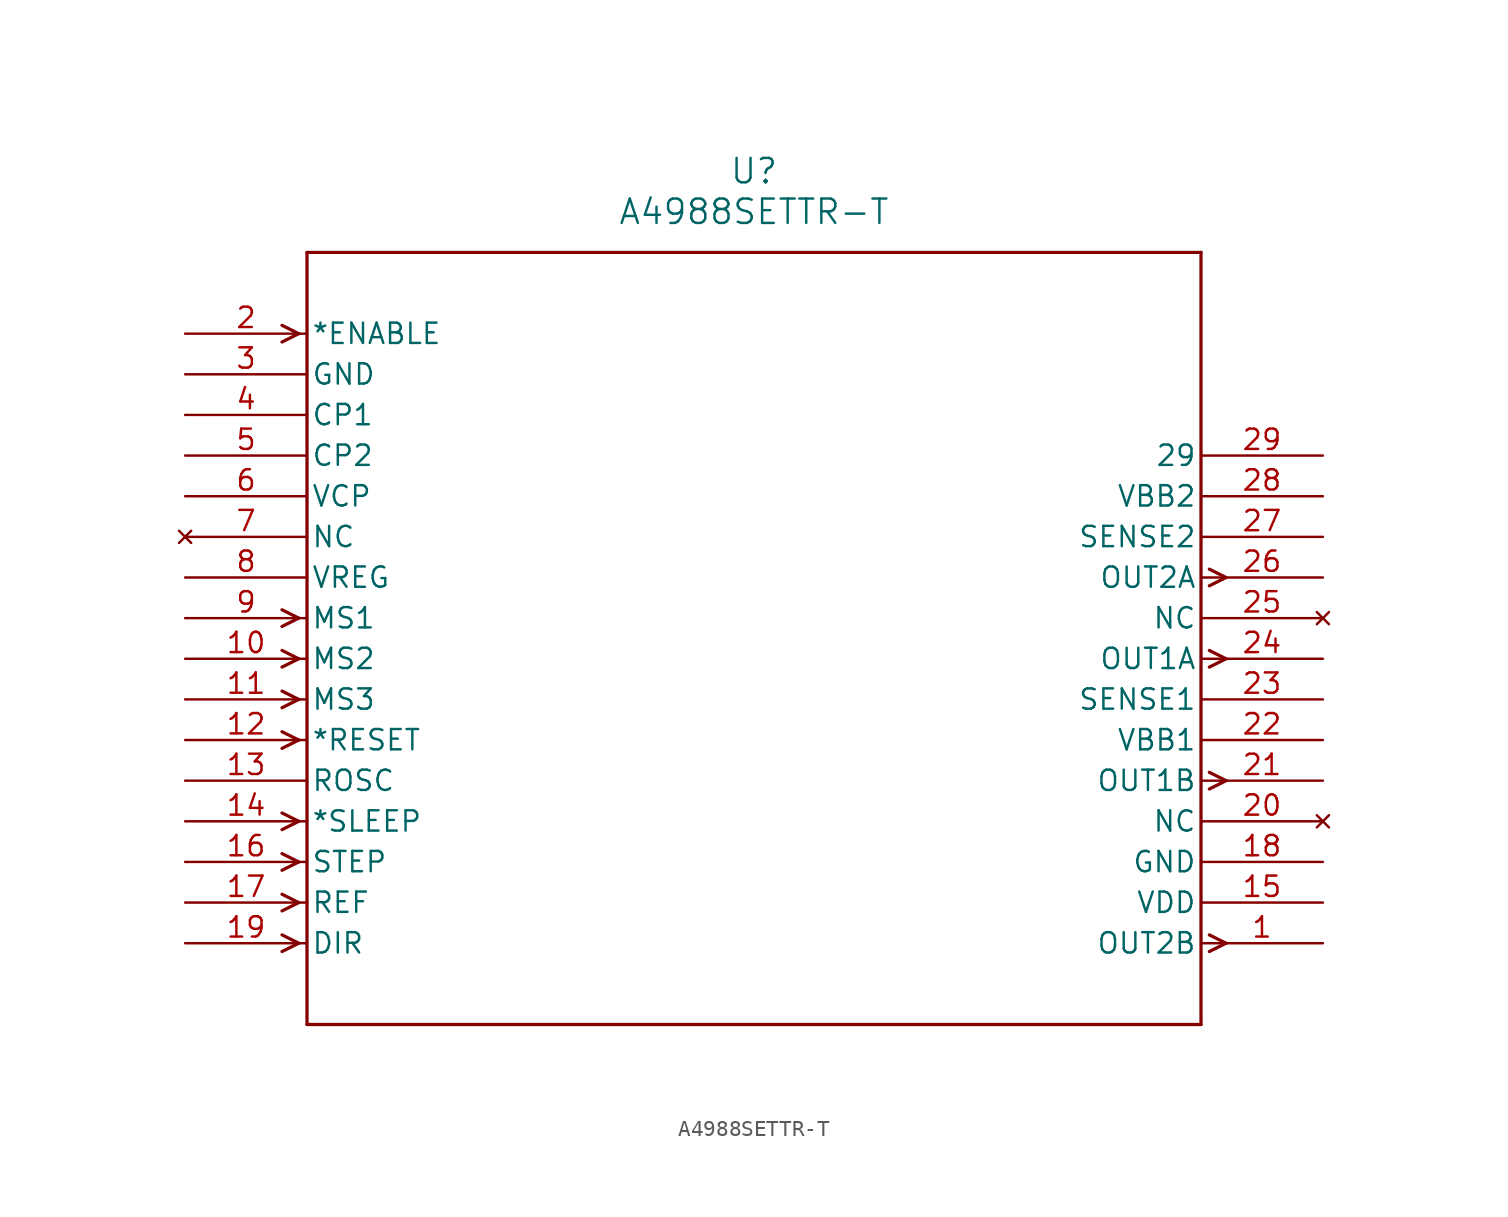
<source format=kicad_sym>
(kicad_symbol_lib
  (version 20211014)
  (generator kicad_symbol_editor)
  (symbol "A4988SETTR-T"
    (pin_names
      (offset 0.254))
    (property "Reference" "U"
      (at 35.56 10.16 0)
      (effects (font (size 1.524 1.524))))
    (property "Value" "A4988SETTR-T"
      (at 35.56 7.62 0)
      (effects (font (size 1.524 1.524))))
    (symbol "A4988SETTR-T_0_1"
      (polyline (pts (xy 7.099 0) (xy 6.058 0.521)) (stroke (width 0.203) (type default) (color 0 0 0 0)) (fill (type none)))
      (polyline (pts (xy 7.099 0) (xy 6.058 -0.521)) (stroke (width 0.203) (type default) (color 0 0 0 0)) (fill (type none)))
      (polyline (pts (xy 7.099 -17.78) (xy 6.058 -17.259)) (stroke (width 0.203) (type default) (color 0 0 0 0)) (fill (type none)))
      (polyline (pts (xy 7.099 -17.78) (xy 6.058 -18.301)) (stroke (width 0.203) (type default) (color 0 0 0 0)) (fill (type none)))
      (polyline (pts (xy 7.099 -20.32) (xy 6.058 -19.799)) (stroke (width 0.203) (type default) (color 0 0 0 0)) (fill (type none)))
      (polyline (pts (xy 7.099 -20.32) (xy 6.058 -20.841)) (stroke (width 0.203) (type default) (color 0 0 0 0)) (fill (type none)))
      (polyline (pts (xy 7.099 -22.86) (xy 6.058 -22.339)) (stroke (width 0.203) (type default) (color 0 0 0 0)) (fill (type none)))
      (polyline (pts (xy 7.099 -22.86) (xy 6.058 -23.381)) (stroke (width 0.203) (type default) (color 0 0 0 0)) (fill (type none)))
      (polyline (pts (xy 7.099 -25.4) (xy 6.058 -24.879)) (stroke (width 0.203) (type default) (color 0 0 0 0)) (fill (type none)))
      (polyline (pts (xy 7.099 -25.4) (xy 6.058 -25.921)) (stroke (width 0.203) (type default) (color 0 0 0 0)) (fill (type none)))
      (polyline (pts (xy 7.099 -30.48) (xy 6.058 -29.959)) (stroke (width 0.203) (type default) (color 0 0 0 0)) (fill (type none)))
      (polyline (pts (xy 7.099 -30.48) (xy 6.058 -31.001)) (stroke (width 0.203) (type default) (color 0 0 0 0)) (fill (type none)))
      (polyline (pts (xy 7.099 -33.02) (xy 6.058 -32.499)) (stroke (width 0.203) (type default) (color 0 0 0 0)) (fill (type none)))
      (polyline (pts (xy 7.099 -33.02) (xy 6.058 -33.541)) (stroke (width 0.203) (type default) (color 0 0 0 0)) (fill (type none)))
      (polyline (pts (xy 7.099 -35.56) (xy 6.058 -35.039)) (stroke (width 0.203) (type default) (color 0 0 0 0)) (fill (type none)))
      (polyline (pts (xy 7.099 -35.56) (xy 6.058 -36.081)) (stroke (width 0.203) (type default) (color 0 0 0 0)) (fill (type none)))
      (polyline (pts (xy 7.099 -38.1) (xy 6.058 -37.579)) (stroke (width 0.203) (type default) (color 0 0 0 0)) (fill (type none)))
      (polyline (pts (xy 7.099 -38.1) (xy 6.058 -38.621)) (stroke (width 0.203) (type default) (color 0 0 0 0)) (fill (type none)))
      (polyline (pts (xy 64.021 -37.579) (xy 65.062 -38.1)) (stroke (width 0.203) (type default) (color 0 0 0 0)) (fill (type none)))
      (polyline (pts (xy 64.021 -38.621) (xy 65.062 -38.1)) (stroke (width 0.203) (type default) (color 0 0 0 0)) (fill (type none)))
      (polyline (pts (xy 64.021 -27.419) (xy 65.062 -27.94)) (stroke (width 0.203) (type default) (color 0 0 0 0)) (fill (type none)))
      (polyline (pts (xy 64.021 -28.461) (xy 65.062 -27.94)) (stroke (width 0.203) (type default) (color 0 0 0 0)) (fill (type none)))
      (polyline (pts (xy 64.021 -19.799) (xy 65.062 -20.32)) (stroke (width 0.203) (type default) (color 0 0 0 0)) (fill (type none)))
      (polyline (pts (xy 64.021 -20.841) (xy 65.062 -20.32)) (stroke (width 0.203) (type default) (color 0 0 0 0)) (fill (type none)))
      (polyline (pts (xy 64.021 -14.719) (xy 65.062 -15.24)) (stroke (width 0.203) (type default) (color 0 0 0 0)) (fill (type none)))
      (polyline (pts (xy 64.021 -15.761) (xy 65.062 -15.24)) (stroke (width 0.203) (type default) (color 0 0 0 0)) (fill (type none)))
      (polyline (pts (xy 7.62 5.08) (xy 7.62 -43.18)) (stroke (width 0.203) (type default) (color 0 0 0 0)) (fill (type none)))
      (polyline (pts (xy 7.62 -43.18) (xy 63.5 -43.18)) (stroke (width 0.203) (type default) (color 0 0 0 0)) (fill (type none)))
      (polyline (pts (xy 63.5 -43.18) (xy 63.5 5.08)) (stroke (width 0.203) (type default) (color 0 0 0 0)) (fill (type none)))
      (polyline (pts (xy 63.5 5.08) (xy 7.62 5.08)) (stroke (width 0.203) (type default) (color 0 0 0 0)) (fill (type none)))
      (pin output line (at 71.12 -38.1 180) (length 7.62) (name "OUT2B" (effects (font (size 1.27 1.27)))) (number "1" (effects (font (size 1.27 1.27)))))
      (pin input line (at 0 0 0) (length 7.62) (name "*ENABLE" (effects (font (size 1.27 1.27)))) (number "2" (effects (font (size 1.27 1.27)))))
      (pin power_in line (at 0 -2.54 0) (length 7.62) (name "GND" (effects (font (size 1.27 1.27)))) (number "3" (effects (font (size 1.27 1.27)))))
      (pin unspecified line (at 0 -5.08 0) (length 7.62) (name "CP1" (effects (font (size 1.27 1.27)))) (number "4" (effects (font (size 1.27 1.27)))))
      (pin unspecified line (at 0 -7.62 0) (length 7.62) (name "CP2" (effects (font (size 1.27 1.27)))) (number "5" (effects (font (size 1.27 1.27)))))
      (pin unspecified line (at 0 -10.16 0) (length 7.62) (name "VCP" (effects (font (size 1.27 1.27)))) (number "6" (effects (font (size 1.27 1.27)))))
      (pin no_connect line (at 0 -12.7 0) (length 7.62) (name "NC" (effects (font (size 1.27 1.27)))) (number "7" (effects (font (size 1.27 1.27)))))
      (pin unspecified line (at 0 -15.24 0) (length 7.62) (name "VREG" (effects (font (size 1.27 1.27)))) (number "8" (effects (font (size 1.27 1.27)))))
      (pin input line (at 0 -17.78 0) (length 7.62) (name "MS1" (effects (font (size 1.27 1.27)))) (number "9" (effects (font (size 1.27 1.27)))))
      (pin input line (at 0 -20.32 0) (length 7.62) (name "MS2" (effects (font (size 1.27 1.27)))) (number "10" (effects (font (size 1.27 1.27)))))
      (pin input line (at 0 -22.86 0) (length 7.62) (name "MS3" (effects (font (size 1.27 1.27)))) (number "11" (effects (font (size 1.27 1.27)))))
      (pin input line (at 0 -25.4 0) (length 7.62) (name "*RESET" (effects (font (size 1.27 1.27)))) (number "12" (effects (font (size 1.27 1.27)))))
      (pin unspecified line (at 0 -27.94 0) (length 7.62) (name "ROSC" (effects (font (size 1.27 1.27)))) (number "13" (effects (font (size 1.27 1.27)))))
      (pin input line (at 0 -30.48 0) (length 7.62) (name "*SLEEP" (effects (font (size 1.27 1.27)))) (number "14" (effects (font (size 1.27 1.27)))))
      (pin power_in line (at 71.12 -35.56 180) (length 7.62) (name "VDD" (effects (font (size 1.27 1.27)))) (number "15" (effects (font (size 1.27 1.27)))))
      (pin input line (at 0 -33.02 0) (length 7.62) (name "STEP" (effects (font (size 1.27 1.27)))) (number "16" (effects (font (size 1.27 1.27)))))
      (pin input line (at 0 -35.56 0) (length 7.62) (name "REF" (effects (font (size 1.27 1.27)))) (number "17" (effects (font (size 1.27 1.27)))))
      (pin power_in line (at 71.12 -33.02 180) (length 7.62) (name "GND" (effects (font (size 1.27 1.27)))) (number "18" (effects (font (size 1.27 1.27)))))
      (pin input line (at 0 -38.1 0) (length 7.62) (name "DIR" (effects (font (size 1.27 1.27)))) (number "19" (effects (font (size 1.27 1.27)))))
      (pin no_connect line (at 71.12 -30.48 180) (length 7.62) (name "NC" (effects (font (size 1.27 1.27)))) (number "20" (effects (font (size 1.27 1.27)))))
      (pin output line (at 71.12 -27.94 180) (length 7.62) (name "OUT1B" (effects (font (size 1.27 1.27)))) (number "21" (effects (font (size 1.27 1.27)))))
      (pin power_in line (at 71.12 -25.4 180) (length 7.62) (name "VBB1" (effects (font (size 1.27 1.27)))) (number "22" (effects (font (size 1.27 1.27)))))
      (pin unspecified line (at 71.12 -22.86 180) (length 7.62) (name "SENSE1" (effects (font (size 1.27 1.27)))) (number "23" (effects (font (size 1.27 1.27)))))
      (pin output line (at 71.12 -20.32 180) (length 7.62) (name "OUT1A" (effects (font (size 1.27 1.27)))) (number "24" (effects (font (size 1.27 1.27)))))
      (pin no_connect line (at 71.12 -17.78 180) (length 7.62) (name "NC" (effects (font (size 1.27 1.27)))) (number "25" (effects (font (size 1.27 1.27)))))
      (pin output line (at 71.12 -15.24 180) (length 7.62) (name "OUT2A" (effects (font (size 1.27 1.27)))) (number "26" (effects (font (size 1.27 1.27)))))
      (pin unspecified line (at 71.12 -12.7 180) (length 7.62) (name "SENSE2" (effects (font (size 1.27 1.27)))) (number "27" (effects (font (size 1.27 1.27)))))
      (pin power_in line (at 71.12 -10.16 180) (length 7.62) (name "VBB2" (effects (font (size 1.27 1.27)))) (number "28" (effects (font (size 1.27 1.27)))))
      (pin unspecified line (at 71.12 -7.62 180) (length 7.62) (name "29" (effects (font (size 1.27 1.27)))) (number "29" (effects (font (size 1.27 1.27))))))))
</source>
